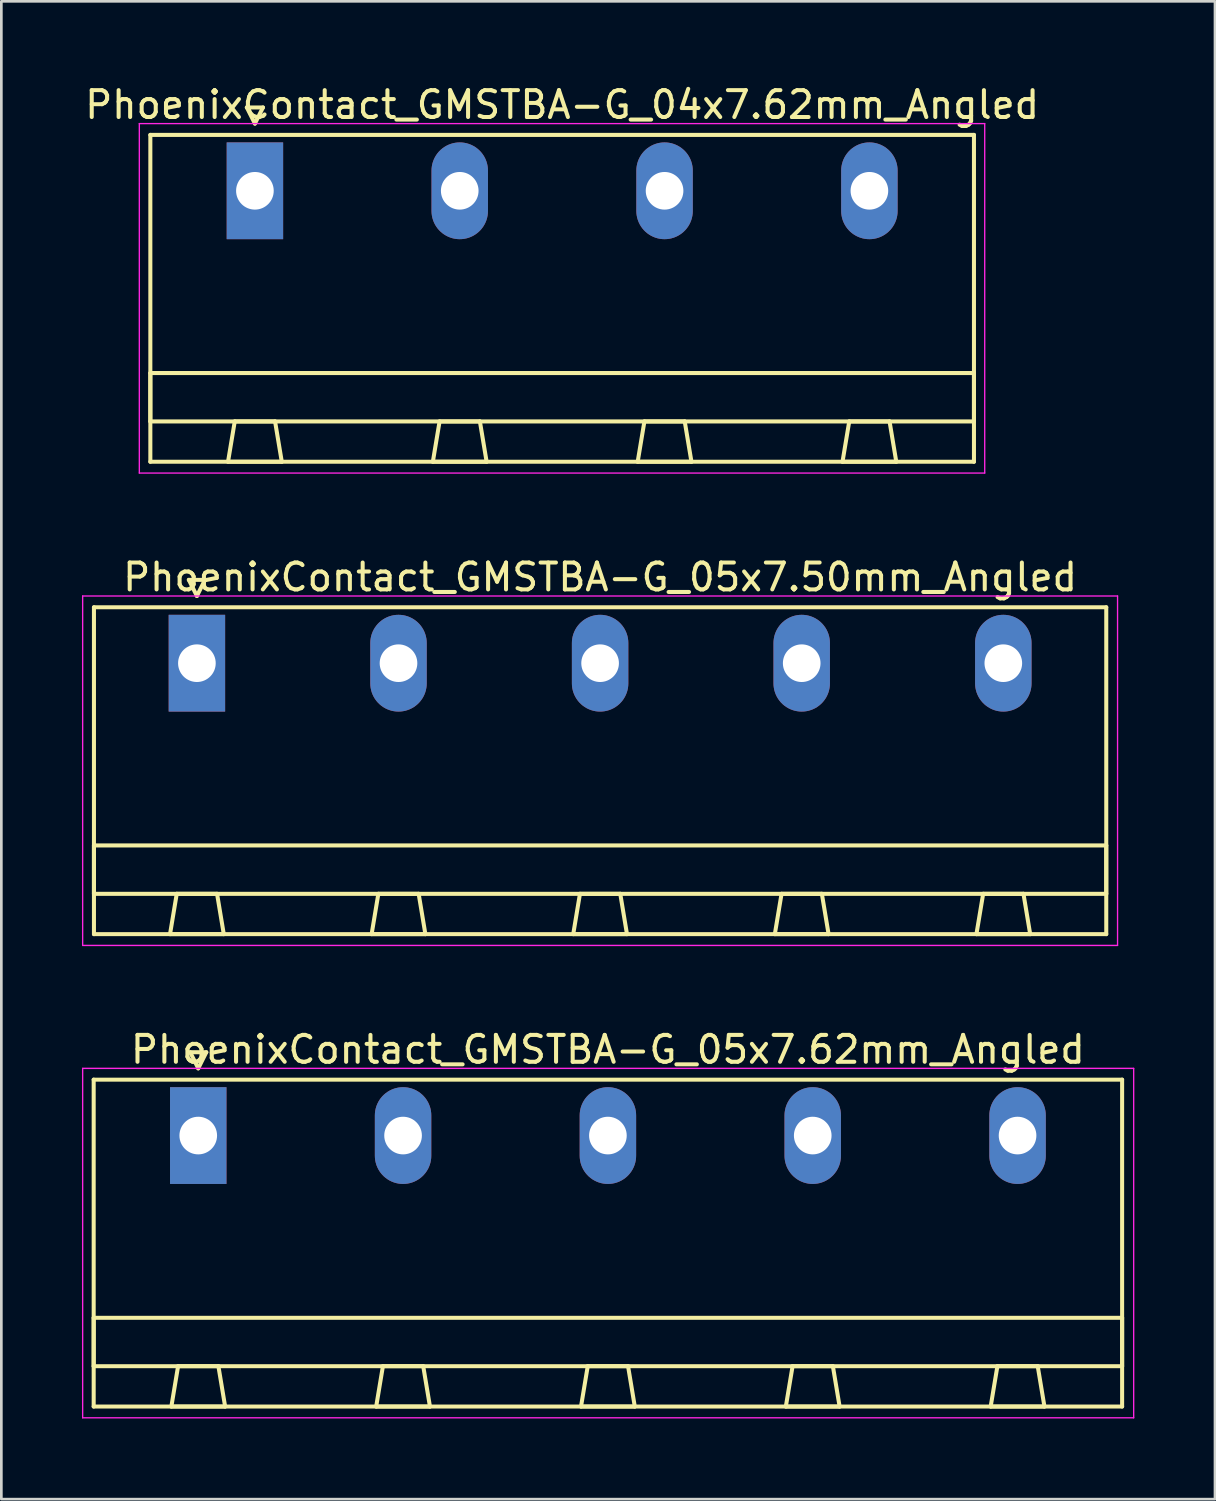
<source format=kicad_pcb>
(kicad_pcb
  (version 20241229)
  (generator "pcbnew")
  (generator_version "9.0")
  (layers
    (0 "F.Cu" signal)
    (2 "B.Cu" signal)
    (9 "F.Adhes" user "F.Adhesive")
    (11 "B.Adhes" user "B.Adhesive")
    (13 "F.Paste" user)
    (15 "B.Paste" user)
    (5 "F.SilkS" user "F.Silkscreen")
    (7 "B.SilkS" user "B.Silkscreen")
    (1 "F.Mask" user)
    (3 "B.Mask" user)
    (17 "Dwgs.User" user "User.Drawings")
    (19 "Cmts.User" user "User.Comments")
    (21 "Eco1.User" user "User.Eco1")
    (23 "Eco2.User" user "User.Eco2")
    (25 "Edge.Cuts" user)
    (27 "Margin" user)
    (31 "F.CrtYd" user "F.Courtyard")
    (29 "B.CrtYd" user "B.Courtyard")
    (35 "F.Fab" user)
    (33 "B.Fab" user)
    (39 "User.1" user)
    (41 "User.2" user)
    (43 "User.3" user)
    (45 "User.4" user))
  (footprint "PhoenixContact_GMSTBA-G_05x7.50mm_Angled"
    (layer "F.Cu")
    (at 4.275 21.622)
    (property "Reference" "PhoenixContact_GMSTBA-G_05x7.50mm_Angled" (at 15 -3.2 0) (layer "F.SilkS") (effects (font (size 1 1) (thickness 0.15))))
    (attr through_hole)
    (fp_line (start -3.83 -2.08) (end -3.83 10.08) (stroke (width 0.15) (type solid)) (layer "F.SilkS"))
    (fp_line (start -3.83 6.78) (end 33.83 6.78) (stroke (width 0.15) (type solid)) (layer "F.SilkS"))
    (fp_line (start -3.83 8.58) (end -3.83 6.78) (stroke (width 0.15) (type solid)) (layer "F.SilkS"))
    (fp_line (start -3.83 10.08) (end 33.83 10.08) (stroke (width 0.15) (type solid)) (layer "F.SilkS"))
    (fp_line (start -1 10.08) (end 1 10.08) (stroke (width 0.15) (type solid)) (layer "F.SilkS"))
    (fp_line (start -0.75 8.58) (end -1 10.08) (stroke (width 0.15) (type solid)) (layer "F.SilkS"))
    (fp_line (start -0.3 -3.1) (end 0 -2.5) (stroke (width 0.15) (type solid)) (layer "F.SilkS"))
    (fp_line (start 0 -2.5) (end 0.3 -3.1) (stroke (width 0.15) (type solid)) (layer "F.SilkS"))
    (fp_line (start 0.3 -3.1) (end -0.3 -3.1) (stroke (width 0.15) (type solid)) (layer "F.SilkS"))
    (fp_line (start 0.75 8.58) (end -0.75 8.58) (stroke (width 0.15) (type solid)) (layer "F.SilkS"))
    (fp_line (start 1 10.08) (end 0.75 8.58) (stroke (width 0.15) (type solid)) (layer "F.SilkS"))
    (fp_line (start 6.5 10.08) (end 8.5 10.08) (stroke (width 0.15) (type solid)) (layer "F.SilkS"))
    (fp_line (start 6.75 8.58) (end 6.5 10.08) (stroke (width 0.15) (type solid)) (layer "F.SilkS"))
    (fp_line (start 8.25 8.58) (end 6.75 8.58) (stroke (width 0.15) (type solid)) (layer "F.SilkS"))
    (fp_line (start 8.5 10.08) (end 8.25 8.58) (stroke (width 0.15) (type solid)) (layer "F.SilkS"))
    (fp_line (start 14 10.08) (end 16 10.08) (stroke (width 0.15) (type solid)) (layer "F.SilkS"))
    (fp_line (start 14.25 8.58) (end 14 10.08) (stroke (width 0.15) (type solid)) (layer "F.SilkS"))
    (fp_line (start 15.75 8.58) (end 14.25 8.58) (stroke (width 0.15) (type solid)) (layer "F.SilkS"))
    (fp_line (start 16 10.08) (end 15.75 8.58) (stroke (width 0.15) (type solid)) (layer "F.SilkS"))
    (fp_line (start 21.5 10.08) (end 23.5 10.08) (stroke (width 0.15) (type solid)) (layer "F.SilkS"))
    (fp_line (start 21.75 8.58) (end 21.5 10.08) (stroke (width 0.15) (type solid)) (layer "F.SilkS"))
    (fp_line (start 23.25 8.58) (end 21.75 8.58) (stroke (width 0.15) (type solid)) (layer "F.SilkS"))
    (fp_line (start 23.5 10.08) (end 23.25 8.58) (stroke (width 0.15) (type solid)) (layer "F.SilkS"))
    (fp_line (start 29 10.08) (end 31 10.08) (stroke (width 0.15) (type solid)) (layer "F.SilkS"))
    (fp_line (start 29.25 8.58) (end 29 10.08) (stroke (width 0.15) (type solid)) (layer "F.SilkS"))
    (fp_line (start 30.75 8.58) (end 29.25 8.58) (stroke (width 0.15) (type solid)) (layer "F.SilkS"))
    (fp_line (start 31 10.08) (end 30.75 8.58) (stroke (width 0.15) (type solid)) (layer "F.SilkS"))
    (fp_line (start 33.83 -2.08) (end -3.83 -2.08) (stroke (width 0.15) (type solid)) (layer "F.SilkS"))
    (fp_line (start 33.83 6.78) (end 33.83 8.58) (stroke (width 0.15) (type solid)) (layer "F.SilkS"))
    (fp_line (start 33.83 8.58) (end -3.83 8.58) (stroke (width 0.15) (type solid)) (layer "F.SilkS"))
    (fp_line (start 33.83 10.08) (end 33.83 -2.08) (stroke (width 0.15) (type solid)) (layer "F.SilkS"))
    (fp_line (start -4.25 -2.5) (end -4.25 10.5) (stroke (width 0.05) (type solid)) (layer "F.CrtYd"))
    (fp_line (start -4.25 10.5) (end 34.25 10.5) (stroke (width 0.05) (type solid)) (layer "F.CrtYd"))
    (fp_line (start 34.25 -2.5) (end -4.25 -2.5) (stroke (width 0.05) (type solid)) (layer "F.CrtYd"))
    (fp_line (start 34.25 10.5) (end 34.25 -2.5) (stroke (width 0.05) (type solid)) (layer "F.CrtYd"))
    (pad "1" thru_hole rect (at 0 0) (size 2.1 3.6) (drill 1.4) (layers "*.Cu" "*.Mask"))
    (pad "2" thru_hole oval (at 7.5 0) (size 2.1 3.6) (drill 1.4) (layers "*.Cu" "*.Mask"))
    (pad "3" thru_hole oval (at 15 0) (size 2.1 3.6) (drill 1.4) (layers "*.Cu" "*.Mask"))
    (pad "4" thru_hole oval (at 22.5 0) (size 2.1 3.6) (drill 1.4) (layers "*.Cu" "*.Mask"))
    (pad "5" thru_hole oval (at 30 0) (size 2.1 3.6) (drill 1.4) (layers "*.Cu" "*.Mask")))
  (footprint "PhoenixContact_GMSTBA-G_04x7.62mm_Angled"
    (layer "F.Cu")
    (at 6.433 4.048)
    (property "Reference" "PhoenixContact_GMSTBA-G_04x7.62mm_Angled" (at 11.43 -3.2 0) (layer "F.SilkS") (effects (font (size 1 1) (thickness 0.15))))
    (attr through_hole)
    (fp_line (start -3.89 -2.08) (end -3.89 10.08) (stroke (width 0.15) (type solid)) (layer "F.SilkS"))
    (fp_line (start -3.89 6.78) (end 26.75 6.78) (stroke (width 0.15) (type solid)) (layer "F.SilkS"))
    (fp_line (start -3.89 8.58) (end -3.89 6.78) (stroke (width 0.15) (type solid)) (layer "F.SilkS"))
    (fp_line (start -3.89 10.08) (end 26.75 10.08) (stroke (width 0.15) (type solid)) (layer "F.SilkS"))
    (fp_line (start -1 10.08) (end 1 10.08) (stroke (width 0.15) (type solid)) (layer "F.SilkS"))
    (fp_line (start -0.75 8.58) (end -1 10.08) (stroke (width 0.15) (type solid)) (layer "F.SilkS"))
    (fp_line (start -0.3 -3.1) (end 0 -2.5) (stroke (width 0.15) (type solid)) (layer "F.SilkS"))
    (fp_line (start 0 -2.5) (end 0.3 -3.1) (stroke (width 0.15) (type solid)) (layer "F.SilkS"))
    (fp_line (start 0.3 -3.1) (end -0.3 -3.1) (stroke (width 0.15) (type solid)) (layer "F.SilkS"))
    (fp_line (start 0.75 8.58) (end -0.75 8.58) (stroke (width 0.15) (type solid)) (layer "F.SilkS"))
    (fp_line (start 1 10.08) (end 0.75 8.58) (stroke (width 0.15) (type solid)) (layer "F.SilkS"))
    (fp_line (start 6.62 10.08) (end 8.62 10.08) (stroke (width 0.15) (type solid)) (layer "F.SilkS"))
    (fp_line (start 6.87 8.58) (end 6.62 10.08) (stroke (width 0.15) (type solid)) (layer "F.SilkS"))
    (fp_line (start 8.37 8.58) (end 6.87 8.58) (stroke (width 0.15) (type solid)) (layer "F.SilkS"))
    (fp_line (start 8.62 10.08) (end 8.37 8.58) (stroke (width 0.15) (type solid)) (layer "F.SilkS"))
    (fp_line (start 14.24 10.08) (end 16.24 10.08) (stroke (width 0.15) (type solid)) (layer "F.SilkS"))
    (fp_line (start 14.49 8.58) (end 14.24 10.08) (stroke (width 0.15) (type solid)) (layer "F.SilkS"))
    (fp_line (start 15.99 8.58) (end 14.49 8.58) (stroke (width 0.15) (type solid)) (layer "F.SilkS"))
    (fp_line (start 16.24 10.08) (end 15.99 8.58) (stroke (width 0.15) (type solid)) (layer "F.SilkS"))
    (fp_line (start 21.86 10.08) (end 23.86 10.08) (stroke (width 0.15) (type solid)) (layer "F.SilkS"))
    (fp_line (start 22.11 8.58) (end 21.86 10.08) (stroke (width 0.15) (type solid)) (layer "F.SilkS"))
    (fp_line (start 23.61 8.58) (end 22.11 8.58) (stroke (width 0.15) (type solid)) (layer "F.SilkS"))
    (fp_line (start 23.86 10.08) (end 23.61 8.58) (stroke (width 0.15) (type solid)) (layer "F.SilkS"))
    (fp_line (start 26.75 -2.08) (end -3.89 -2.08) (stroke (width 0.15) (type solid)) (layer "F.SilkS"))
    (fp_line (start 26.75 6.78) (end 26.75 8.58) (stroke (width 0.15) (type solid)) (layer "F.SilkS"))
    (fp_line (start 26.75 8.58) (end -3.89 8.58) (stroke (width 0.15) (type solid)) (layer "F.SilkS"))
    (fp_line (start 26.75 10.08) (end 26.75 -2.08) (stroke (width 0.15) (type solid)) (layer "F.SilkS"))
    (fp_line (start -4.3 -2.5) (end -4.3 10.5) (stroke (width 0.05) (type solid)) (layer "F.CrtYd"))
    (fp_line (start -4.3 10.5) (end 27.15 10.5) (stroke (width 0.05) (type solid)) (layer "F.CrtYd"))
    (fp_line (start 27.15 -2.5) (end -4.3 -2.5) (stroke (width 0.05) (type solid)) (layer "F.CrtYd"))
    (fp_line (start 27.15 10.5) (end 27.15 -2.5) (stroke (width 0.05) (type solid)) (layer "F.CrtYd"))
    (pad "1" thru_hole rect (at 0 0) (size 2.1 3.6) (drill 1.4) (layers "*.Cu" "*.Mask"))
    (pad "2" thru_hole oval (at 7.62 0) (size 2.1 3.6) (drill 1.4) (layers "*.Cu" "*.Mask"))
    (pad "3" thru_hole oval (at 15.24 0) (size 2.1 3.6) (drill 1.4) (layers "*.Cu" "*.Mask"))
    (pad "4" thru_hole oval (at 22.86 0) (size 2.1 3.6) (drill 1.4) (layers "*.Cu" "*.Mask")))
  (footprint "PhoenixContact_GMSTBA-G_05x7.62mm_Angled"
    (layer "F.Cu")
    (at 4.325 39.195)
    (property "Reference" "PhoenixContact_GMSTBA-G_05x7.62mm_Angled" (at 15.24 -3.2 0) (layer "F.SilkS") (effects (font (size 1 1) (thickness 0.15))))
    (attr through_hole)
    (fp_line (start -3.89 -2.08) (end -3.89 10.08) (stroke (width 0.15) (type solid)) (layer "F.SilkS"))
    (fp_line (start -3.89 6.78) (end 34.37 6.78) (stroke (width 0.15) (type solid)) (layer "F.SilkS"))
    (fp_line (start -3.89 8.58) (end -3.89 6.78) (stroke (width 0.15) (type solid)) (layer "F.SilkS"))
    (fp_line (start -3.89 10.08) (end 34.37 10.08) (stroke (width 0.15) (type solid)) (layer "F.SilkS"))
    (fp_line (start -1 10.08) (end 1 10.08) (stroke (width 0.15) (type solid)) (layer "F.SilkS"))
    (fp_line (start -0.75 8.58) (end -1 10.08) (stroke (width 0.15) (type solid)) (layer "F.SilkS"))
    (fp_line (start -0.3 -3.1) (end 0 -2.5) (stroke (width 0.15) (type solid)) (layer "F.SilkS"))
    (fp_line (start 0 -2.5) (end 0.3 -3.1) (stroke (width 0.15) (type solid)) (layer "F.SilkS"))
    (fp_line (start 0.3 -3.1) (end -0.3 -3.1) (stroke (width 0.15) (type solid)) (layer "F.SilkS"))
    (fp_line (start 0.75 8.58) (end -0.75 8.58) (stroke (width 0.15) (type solid)) (layer "F.SilkS"))
    (fp_line (start 1 10.08) (end 0.75 8.58) (stroke (width 0.15) (type solid)) (layer "F.SilkS"))
    (fp_line (start 6.62 10.08) (end 8.62 10.08) (stroke (width 0.15) (type solid)) (layer "F.SilkS"))
    (fp_line (start 6.87 8.58) (end 6.62 10.08) (stroke (width 0.15) (type solid)) (layer "F.SilkS"))
    (fp_line (start 8.37 8.58) (end 6.87 8.58) (stroke (width 0.15) (type solid)) (layer "F.SilkS"))
    (fp_line (start 8.62 10.08) (end 8.37 8.58) (stroke (width 0.15) (type solid)) (layer "F.SilkS"))
    (fp_line (start 14.24 10.08) (end 16.24 10.08) (stroke (width 0.15) (type solid)) (layer "F.SilkS"))
    (fp_line (start 14.49 8.58) (end 14.24 10.08) (stroke (width 0.15) (type solid)) (layer "F.SilkS"))
    (fp_line (start 15.99 8.58) (end 14.49 8.58) (stroke (width 0.15) (type solid)) (layer "F.SilkS"))
    (fp_line (start 16.24 10.08) (end 15.99 8.58) (stroke (width 0.15) (type solid)) (layer "F.SilkS"))
    (fp_line (start 21.86 10.08) (end 23.86 10.08) (stroke (width 0.15) (type solid)) (layer "F.SilkS"))
    (fp_line (start 22.11 8.58) (end 21.86 10.08) (stroke (width 0.15) (type solid)) (layer "F.SilkS"))
    (fp_line (start 23.61 8.58) (end 22.11 8.58) (stroke (width 0.15) (type solid)) (layer "F.SilkS"))
    (fp_line (start 23.86 10.08) (end 23.61 8.58) (stroke (width 0.15) (type solid)) (layer "F.SilkS"))
    (fp_line (start 29.48 10.08) (end 31.48 10.08) (stroke (width 0.15) (type solid)) (layer "F.SilkS"))
    (fp_line (start 29.73 8.58) (end 29.48 10.08) (stroke (width 0.15) (type solid)) (layer "F.SilkS"))
    (fp_line (start 31.23 8.58) (end 29.73 8.58) (stroke (width 0.15) (type solid)) (layer "F.SilkS"))
    (fp_line (start 31.48 10.08) (end 31.23 8.58) (stroke (width 0.15) (type solid)) (layer "F.SilkS"))
    (fp_line (start 34.37 -2.08) (end -3.89 -2.08) (stroke (width 0.15) (type solid)) (layer "F.SilkS"))
    (fp_line (start 34.37 6.78) (end 34.37 8.58) (stroke (width 0.15) (type solid)) (layer "F.SilkS"))
    (fp_line (start 34.37 8.58) (end -3.89 8.58) (stroke (width 0.15) (type solid)) (layer "F.SilkS"))
    (fp_line (start 34.37 10.08) (end 34.37 -2.08) (stroke (width 0.15) (type solid)) (layer "F.SilkS"))
    (fp_line (start -4.3 -2.5) (end -4.3 10.5) (stroke (width 0.05) (type solid)) (layer "F.CrtYd"))
    (fp_line (start -4.3 10.5) (end 34.8 10.5) (stroke (width 0.05) (type solid)) (layer "F.CrtYd"))
    (fp_line (start 34.8 -2.5) (end -4.3 -2.5) (stroke (width 0.05) (type solid)) (layer "F.CrtYd"))
    (fp_line (start 34.8 10.5) (end 34.8 -2.5) (stroke (width 0.05) (type solid)) (layer "F.CrtYd"))
    (pad "1" thru_hole rect (at 0 0) (size 2.1 3.6) (drill 1.4) (layers "*.Cu" "*.Mask"))
    (pad "2" thru_hole oval (at 7.62 0) (size 2.1 3.6) (drill 1.4) (layers "*.Cu" "*.Mask"))
    (pad "3" thru_hole oval (at 15.24 0) (size 2.1 3.6) (drill 1.4) (layers "*.Cu" "*.Mask"))
    (pad "4" thru_hole oval (at 22.86 0) (size 2.1 3.6) (drill 1.4) (layers "*.Cu" "*.Mask"))
    (pad "5" thru_hole oval (at 30.48 0) (size 2.1 3.6) (drill 1.4) (layers "*.Cu" "*.Mask")))
  (gr_rect
    (start -3 -3)
    (end 42.15 52.72)
    (stroke (width 0.1) (type default))
    (fill no)
    (layer "Edge.Cuts")))
</source>
